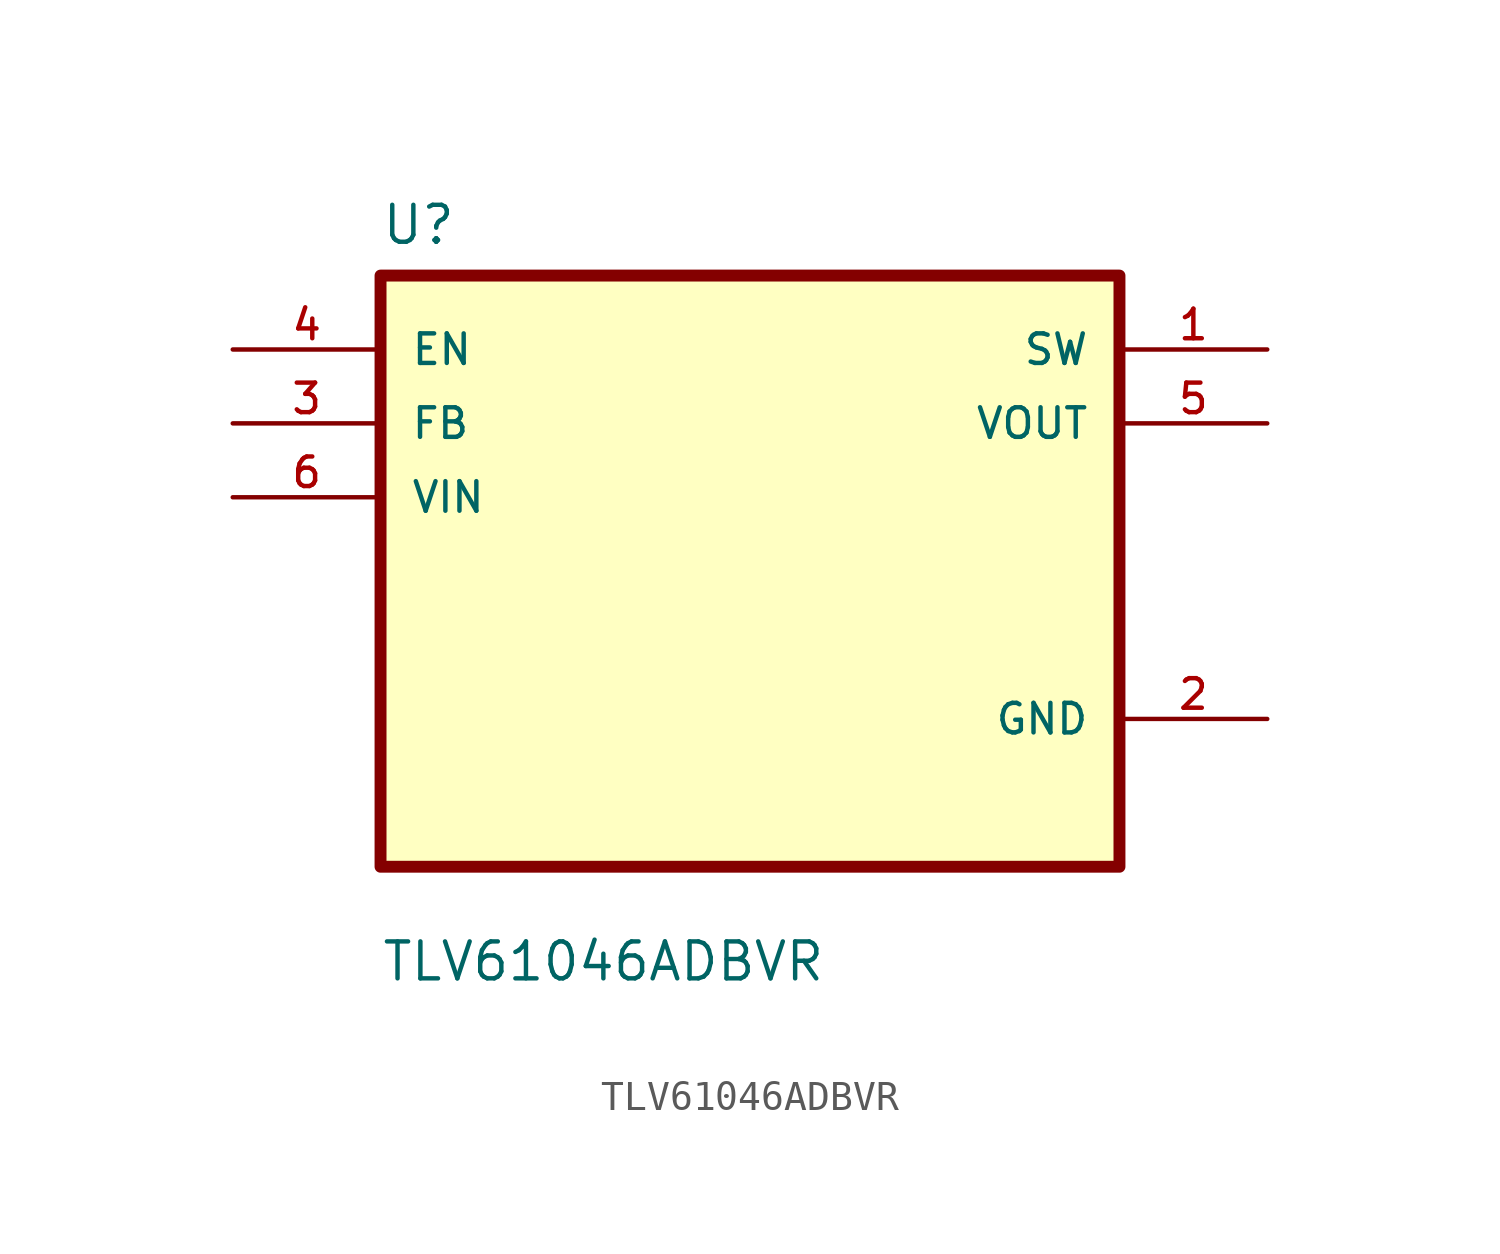
<source format=kicad_sym>
(kicad_symbol_lib
  (version 20211014)
  (generator kicad_symbol_editor)
  (symbol "TLV61046ADBVR"
    (pin_names
      (offset 1.016))
    (property "Reference" "U"
      (at -12.7 11.16 0.0)
      (effects (font (size 1.27 1.27)) (justify bottom left)))
    (property "Value" "TLV61046ADBVR"
      (at -12.7 -14.16 0.0)
      (effects (font (size 1.27 1.27)) (justify bottom left)))
    (symbol "TLV61046ADBVR_0_0"
      (rectangle (start -12.7 -10.16) (end 12.7 10.16) (stroke (width 0.41)) (fill (type background)))
      (pin input line (at -17.78 7.62 0) (length 5.08) (name "EN" (effects (font (size 1.016 1.016)))) (number "4" (effects (font (size 1.016 1.016)))))
      (pin input line (at -17.78 5.08 0) (length 5.08) (name "FB" (effects (font (size 1.016 1.016)))) (number "3" (effects (font (size 1.016 1.016)))))
      (pin input line (at -17.78 2.54 0) (length 5.08) (name "VIN" (effects (font (size 1.016 1.016)))) (number "6" (effects (font (size 1.016 1.016)))))
      (pin output line (at 17.78 7.62 180.0) (length 5.08) (name "SW" (effects (font (size 1.016 1.016)))) (number "1" (effects (font (size 1.016 1.016)))))
      (pin output line (at 17.78 5.08 180.0) (length 5.08) (name "VOUT" (effects (font (size 1.016 1.016)))) (number "5" (effects (font (size 1.016 1.016)))))
      (pin power_in line (at 17.78 -5.08 180.0) (length 5.08) (name "GND" (effects (font (size 1.016 1.016)))) (number "2" (effects (font (size 1.016 1.016))))))))
</source>
